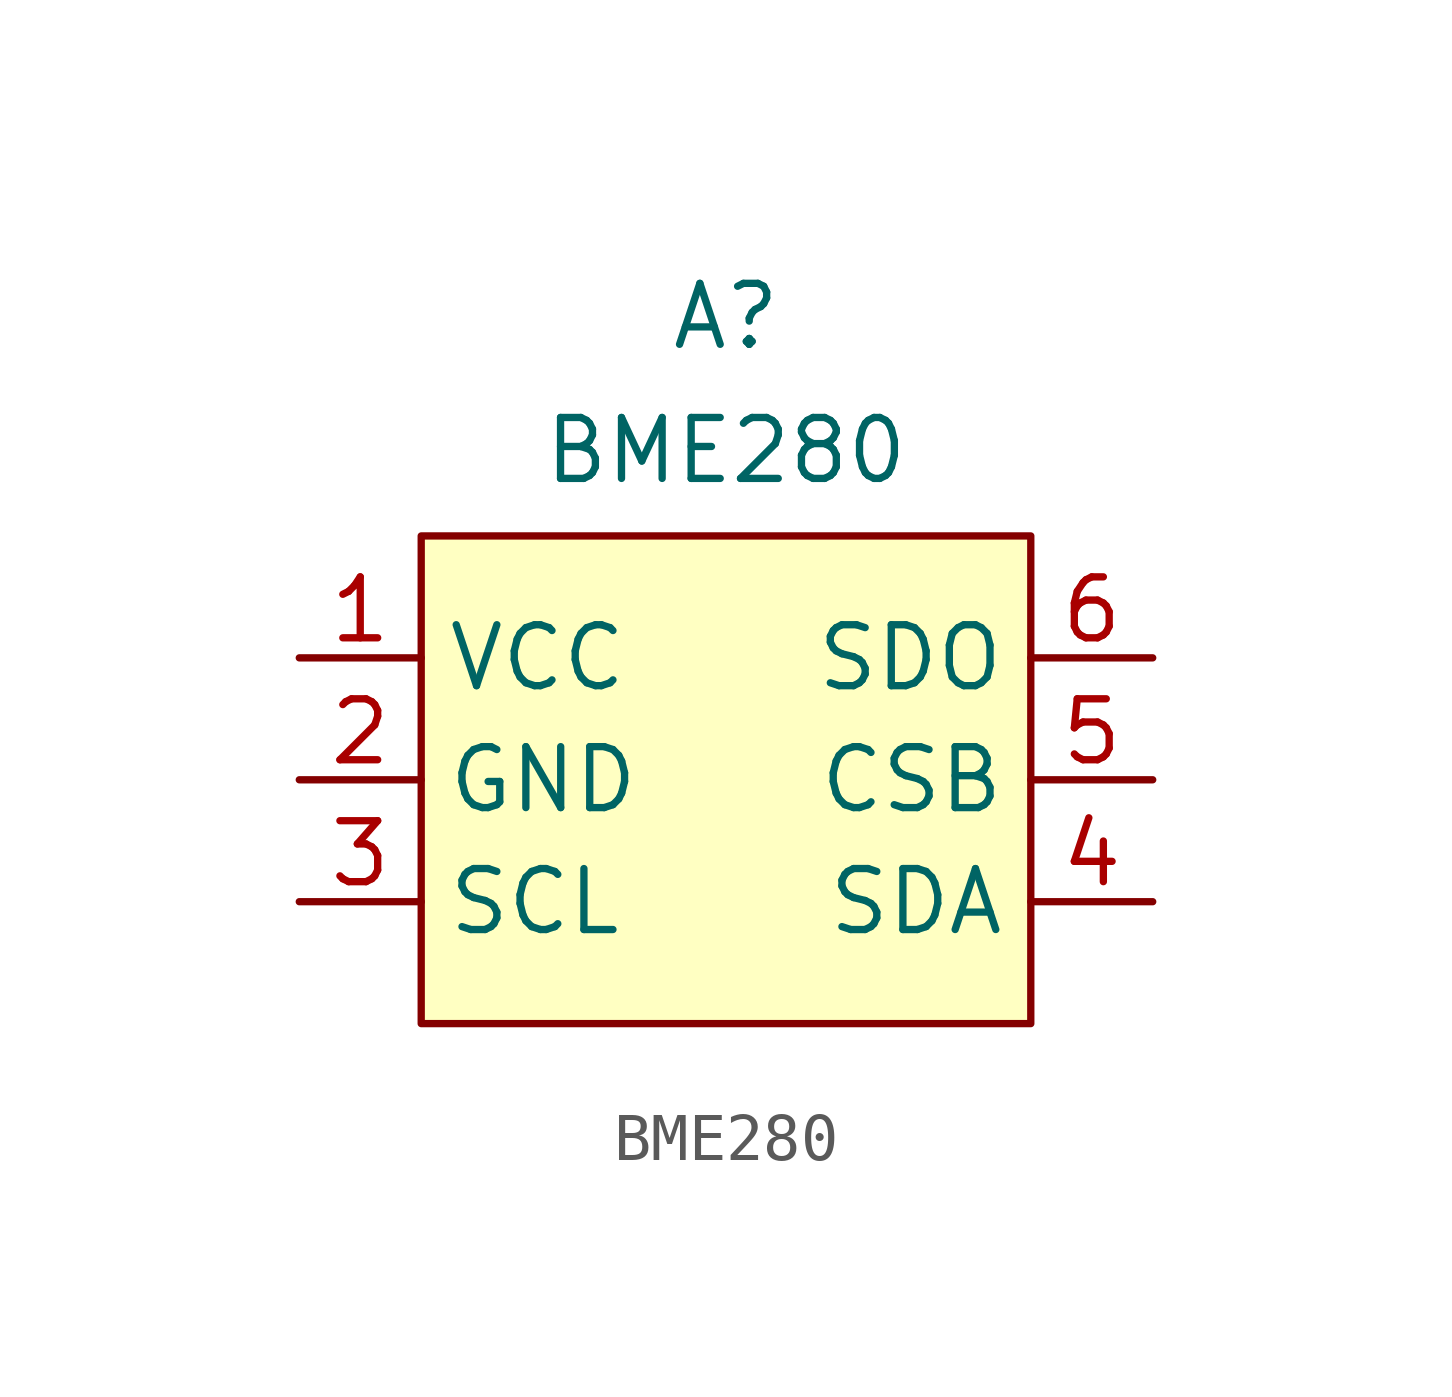
<source format=kicad_sym>
(kicad_symbol_lib
  (version 20241209)
  (generator "kicad_symbol_editor")
  (generator_version "9.0")
  (symbol "BME280"
    (property "Reference" "A"
      (at 0 9.652 0)
      (effects (font (size 1.27 1.27))))
    (property "Value" "BME280"
      (at 0 6.858 0)
      (effects (font (size 1.27 1.27))))
    (symbol "BME280_1_1"
      (rectangle (start -6.35 5.08) (end 6.35 -5.08) (stroke (width 0) (type solid)) (fill (type background)))
      (pin input line (at -8.89 2.54 0) (length 2.54) (name "VCC" (effects (font (size 1.27 1.27)))) (number "1" (effects (font (size 1.27 1.27)))))
      (pin input line (at -8.89 0 0) (length 2.54) (name "GND" (effects (font (size 1.27 1.27)))) (number "2" (effects (font (size 1.27 1.27)))))
      (pin input line (at -8.89 -2.54 0) (length 2.54) (name "SCL" (effects (font (size 1.27 1.27)))) (number "3" (effects (font (size 1.27 1.27)))))
      (pin input line (at 8.89 2.54 180) (length 2.54) (name "SDO" (effects (font (size 1.27 1.27)))) (number "6" (effects (font (size 1.27 1.27)))))
      (pin input line (at 8.89 0 180) (length 2.54) (name "CSB" (effects (font (size 1.27 1.27)))) (number "5" (effects (font (size 1.27 1.27)))))
      (pin input line (at 8.89 -2.54 180) (length 2.54) (name "SDA" (effects (font (size 1.27 1.27)))) (number "4" (effects (font (size 1.27 1.27))))))))
</source>
